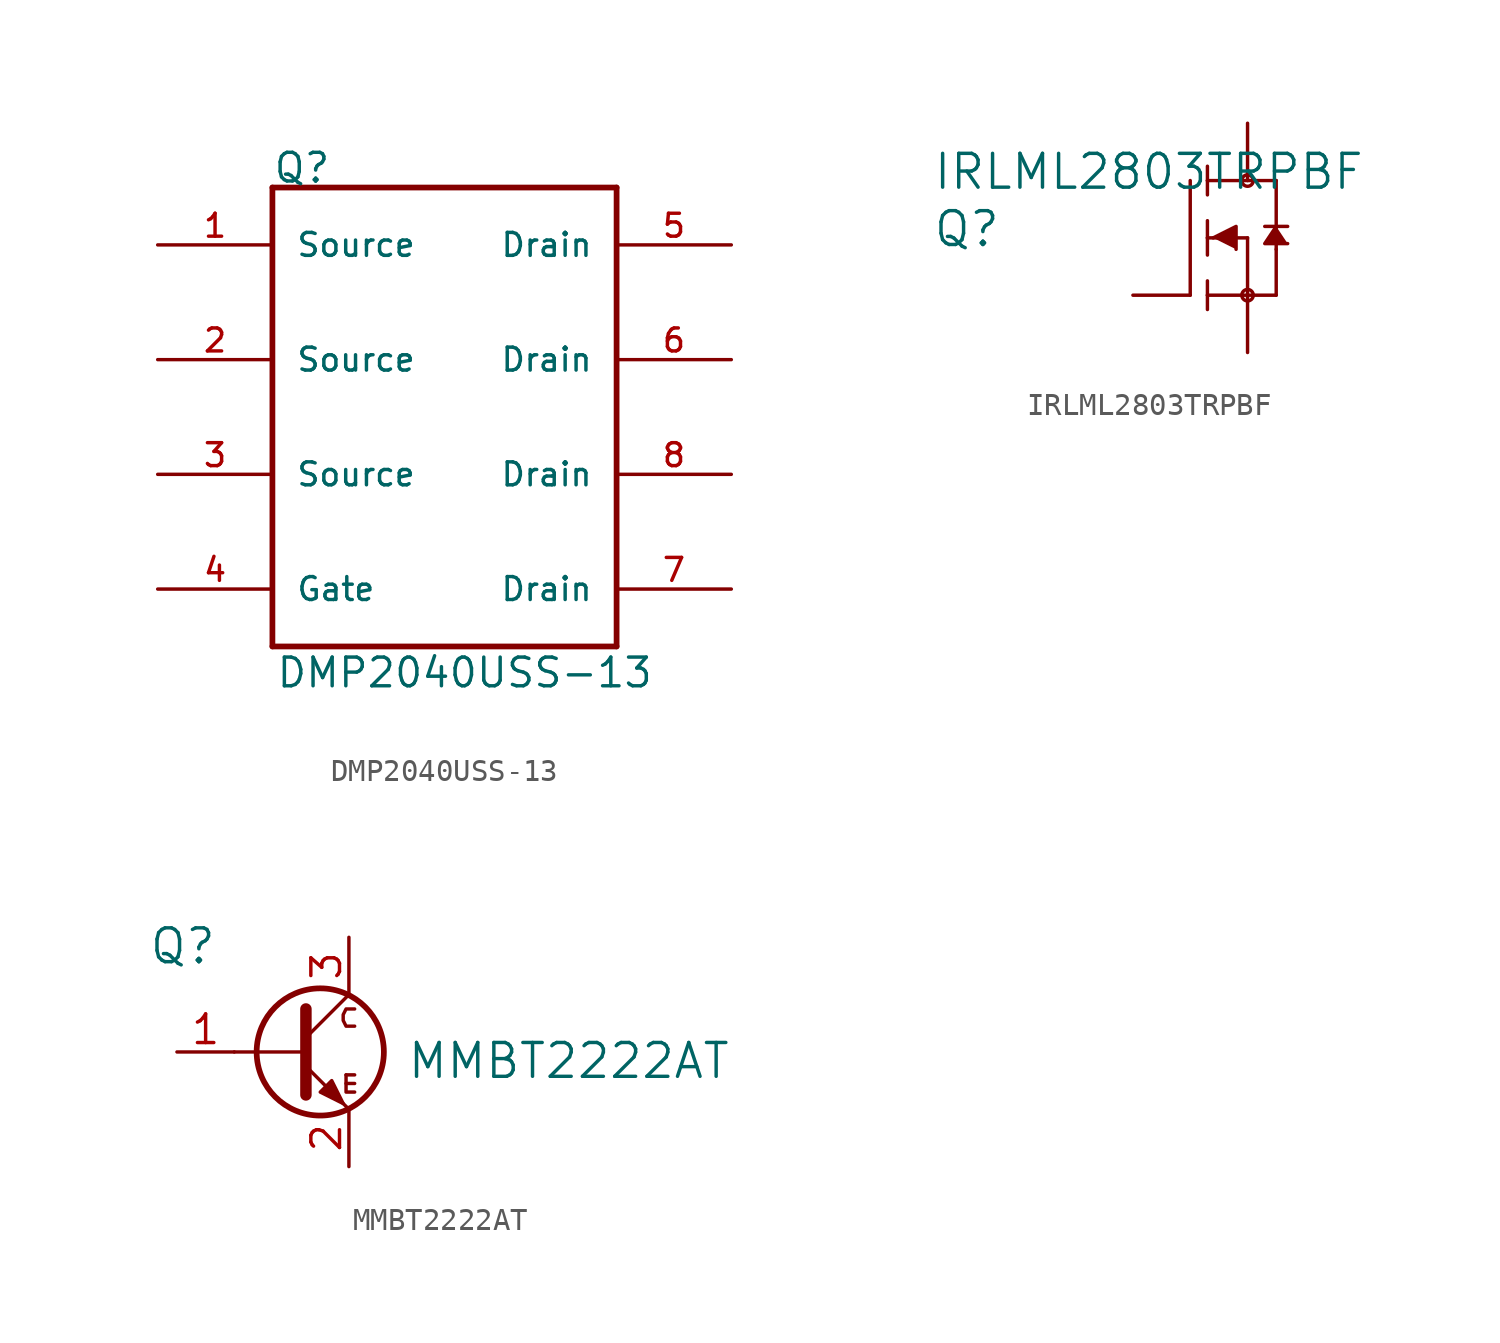
<source format=kicad_sym>
(kicad_symbol_lib
  (version 20231120)
  (generator "kicad_symbol_editor")
  (generator_version "8.0")
  (symbol "DMP2040USS-13"
    (pin_names
      (offset 1.016))
    (property "Reference" "Q"
      (at -7.62 10.287 0)
      (effects (font (size 1.27 1.27)) (justify left bottom)))
    (property "Value" "DMP2040USS-13"
      (at -7.493 -12.065 0)
      (effects (font (size 1.27 1.27)) (justify left bottom)))
    (symbol "DMP2040USS-13_0_0"
      (polyline (pts (xy -7.62 -10.16) (xy -7.62 10.16)) (stroke (width 0.254) (type default)) (fill (type none)))
      (polyline (pts (xy -7.62 10.16) (xy 7.62 10.16)) (stroke (width 0.254) (type default)) (fill (type none)))
      (polyline (pts (xy 7.62 -10.16) (xy -7.62 -10.16)) (stroke (width 0.254) (type default)) (fill (type none)))
      (polyline (pts (xy 7.62 10.16) (xy 7.62 -10.16)) (stroke (width 0.254) (type default)) (fill (type none)))
      (pin bidirectional line (at -12.7 7.62 0) (length 5.08) (name "Source" (effects (font (size 1.016 1.016)))) (number "1" (effects (font (size 1.016 1.016)))))
      (pin bidirectional line (at -12.7 2.54 0) (length 5.08) (name "Source" (effects (font (size 1.016 1.016)))) (number "2" (effects (font (size 1.016 1.016)))))
      (pin bidirectional line (at -12.7 -2.54 0) (length 5.08) (name "Source" (effects (font (size 1.016 1.016)))) (number "3" (effects (font (size 1.016 1.016)))))
      (pin bidirectional line (at -12.7 -7.62 0) (length 5.08) (name "Gate" (effects (font (size 1.016 1.016)))) (number "4" (effects (font (size 1.016 1.016)))))
      (pin bidirectional line (at 12.7 7.62 180) (length 5.08) (name "Drain" (effects (font (size 1.016 1.016)))) (number "5" (effects (font (size 1.016 1.016)))))
      (pin bidirectional line (at 12.7 2.54 180) (length 5.08) (name "Drain" (effects (font (size 1.016 1.016)))) (number "6" (effects (font (size 1.016 1.016)))))
      (pin bidirectional line (at 12.7 -7.62 180) (length 5.08) (name "Drain" (effects (font (size 1.016 1.016)))) (number "7" (effects (font (size 1.016 1.016)))))
      (pin bidirectional line (at 12.7 -2.54 180) (length 5.08) (name "Drain" (effects (font (size 1.016 1.016)))) (number "8" (effects (font (size 1.016 1.016)))))))
  (symbol "IRLML2803TRPBF"
    (pin_names
      (offset 1.016))
    (property "Reference" "Q"
      (at -11.43 1.27 0)
      (effects (font (size 1.499 1.499)) (justify left top)))
    (property "Value" "IRLML2803TRPBF"
      (at -11.43 3.81 0)
      (effects (font (size 1.499 1.499)) (justify left top)))
    (symbol "IRLML2803TRPBF_1_0"
      (polyline (pts (xy 0 2.54) (xy 0 -2.54)) (stroke (width 0) (type default)) (fill (type none)))
      (polyline (pts (xy 0.762 -2.54) (xy 0.762 -3.175)) (stroke (width 0) (type default)) (fill (type none)))
      (polyline (pts (xy 0.762 -1.905) (xy 0.762 -2.54)) (stroke (width 0) (type default)) (fill (type none)))
      (polyline (pts (xy 0.762 0) (xy 0.762 -0.762)) (stroke (width 0) (type default)) (fill (type none)))
      (polyline (pts (xy 0.762 0) (xy 2.54 0)) (stroke (width 0) (type default)) (fill (type none)))
      (polyline (pts (xy 0.762 0.762) (xy 0.762 0)) (stroke (width 0) (type default)) (fill (type none)))
      (polyline (pts (xy 0.762 2.54) (xy 0.762 1.905)) (stroke (width 0) (type default)) (fill (type none)))
      (polyline (pts (xy 0.762 2.54) (xy 3.81 2.54)) (stroke (width 0) (type default)) (fill (type none)))
      (polyline (pts (xy 0.762 3.175) (xy 0.762 2.54)) (stroke (width 0) (type default)) (fill (type none)))
      (polyline (pts (xy 2.54 -2.54) (xy 0.762 -2.54)) (stroke (width 0) (type default)) (fill (type none)))
      (polyline (pts (xy 2.54 -2.54) (xy 3.81 -2.54)) (stroke (width 0) (type default)) (fill (type none)))
      (polyline (pts (xy 2.54 0) (xy 2.54 -2.54)) (stroke (width 0) (type default)) (fill (type none)))
      (polyline (pts (xy 3.302 0.508) (xy 3.81 0.508)) (stroke (width 0) (type default)) (fill (type none)))
      (polyline (pts (xy 3.81 -0.508) (xy 3.81 -2.54)) (stroke (width 0) (type default)) (fill (type none)))
      (polyline (pts (xy 3.81 0.508) (xy 3.81 -0.508)) (stroke (width 0) (type default)) (fill (type none)))
      (polyline (pts (xy 3.81 0.508) (xy 4.318 0.508)) (stroke (width 0) (type default)) (fill (type none)))
      (polyline (pts (xy 3.81 2.54) (xy 3.81 0.508)) (stroke (width 0) (type default)) (fill (type none)))
      (polyline (pts (xy 1.016 0) (xy 2.032 0.508) (xy 2.032 -0.508)) (stroke (width 0) (type default)) (fill (type outline)))
      (polyline (pts (xy 3.81 0.508) (xy 3.302 -0.254) (xy 4.318 -0.254)) (stroke (width 0) (type default)) (fill (type outline)))
      (circle (center 2.54 -2.54) (radius 0.254) (stroke (width 0) (type default)) (fill (type none)))
      (circle (center 2.54 2.54) (radius 0.254) (stroke (width 0) (type default)) (fill (type none)))
      (pin passive line (at -2.54 -2.54 0) (length 2.54) (name "G" (effects (font (size 0 0)))) (number "1" (effects (font (size 0 0)))))
      (pin passive line (at 2.54 -5.08 90) (length 2.54) (name "S" (effects (font (size 0 0)))) (number "2" (effects (font (size 0 0)))))
      (pin passive line (at 2.54 5.08 270) (length 2.54) (name "D" (effects (font (size 0 0)))) (number "3" (effects (font (size 0 0)))))))
  (symbol "MMBT2222AT"
    (pin_names
      (offset 1.016) hide)
    (property "Reference" "Q"
      (at -8.89 3.81 0)
      (effects (font (size 1.499 1.499)) (justify left bottom)))
    (property "Value" "MMBT2222AT"
      (at 2.54 -1.27 0)
      (effects (font (size 1.499 1.499)) (justify left bottom)))
    (symbol "MMBT2222AT_0_1"
      (polyline (pts (xy -5.08 0) (xy -1.905 0)) (stroke (width 0) (type default)) (fill (type none)))
      (polyline (pts (xy -0.127 -1.397) (xy 0.254 -1.397)) (stroke (width 0) (type default)) (fill (type none)))
      (polyline (pts (xy -0.127 -1.016) (xy 0.254 -1.016)) (stroke (width 0) (type default)) (fill (type none)))
      (polyline (pts (xy -0.127 -1.016) (xy -0.127 -1.778) (xy 0.254 -1.778)) (stroke (width 0) (type default)) (fill (type none)))
      (polyline (pts (xy 0.254 1.905) (xy -0.127 1.905) (xy -0.254 1.651) (xy -0.254 1.397) (xy -0.127 1.143) (xy 0.254 1.143)) (stroke (width 0) (type default)) (fill (type none))))
    (symbol "MMBT2222AT_1_1"
      (circle (center -1.27 0) (radius 2.819) (stroke (width 0.254) (type default)) (fill (type none)))
      (polyline (pts (xy -1.905 0.635) (xy 0 2.54)) (stroke (width 0) (type default)) (fill (type none)))
      (polyline (pts (xy -1.905 -0.635) (xy 0 -2.54) (xy 0 -2.54)) (stroke (width 0) (type default)) (fill (type none)))
      (polyline (pts (xy -1.905 1.905) (xy -1.905 -1.905) (xy -1.905 -1.905)) (stroke (width 0.508) (type default)) (fill (type none)))
      (polyline (pts (xy -1.27 -1.778) (xy -0.762 -1.27) (xy -0.254 -2.286) (xy -1.27 -1.778) (xy -1.27 -1.778)) (stroke (width 0) (type default)) (fill (type outline)))
      (pin input line (at -7.62 0 0) (length 2.54) (name "B" (effects (font (size 1.27 1.27)))) (number "1" (effects (font (size 1.27 1.27)))))
      (pin passive line (at 0 -5.08 90) (length 2.54) (name "E" (effects (font (size 1.27 1.27)))) (number "2" (effects (font (size 1.27 1.27)))))
      (pin passive line (at 0 5.08 270) (length 2.54) (name "C" (effects (font (size 1.27 1.27)))) (number "3" (effects (font (size 1.27 1.27))))))))
</source>
